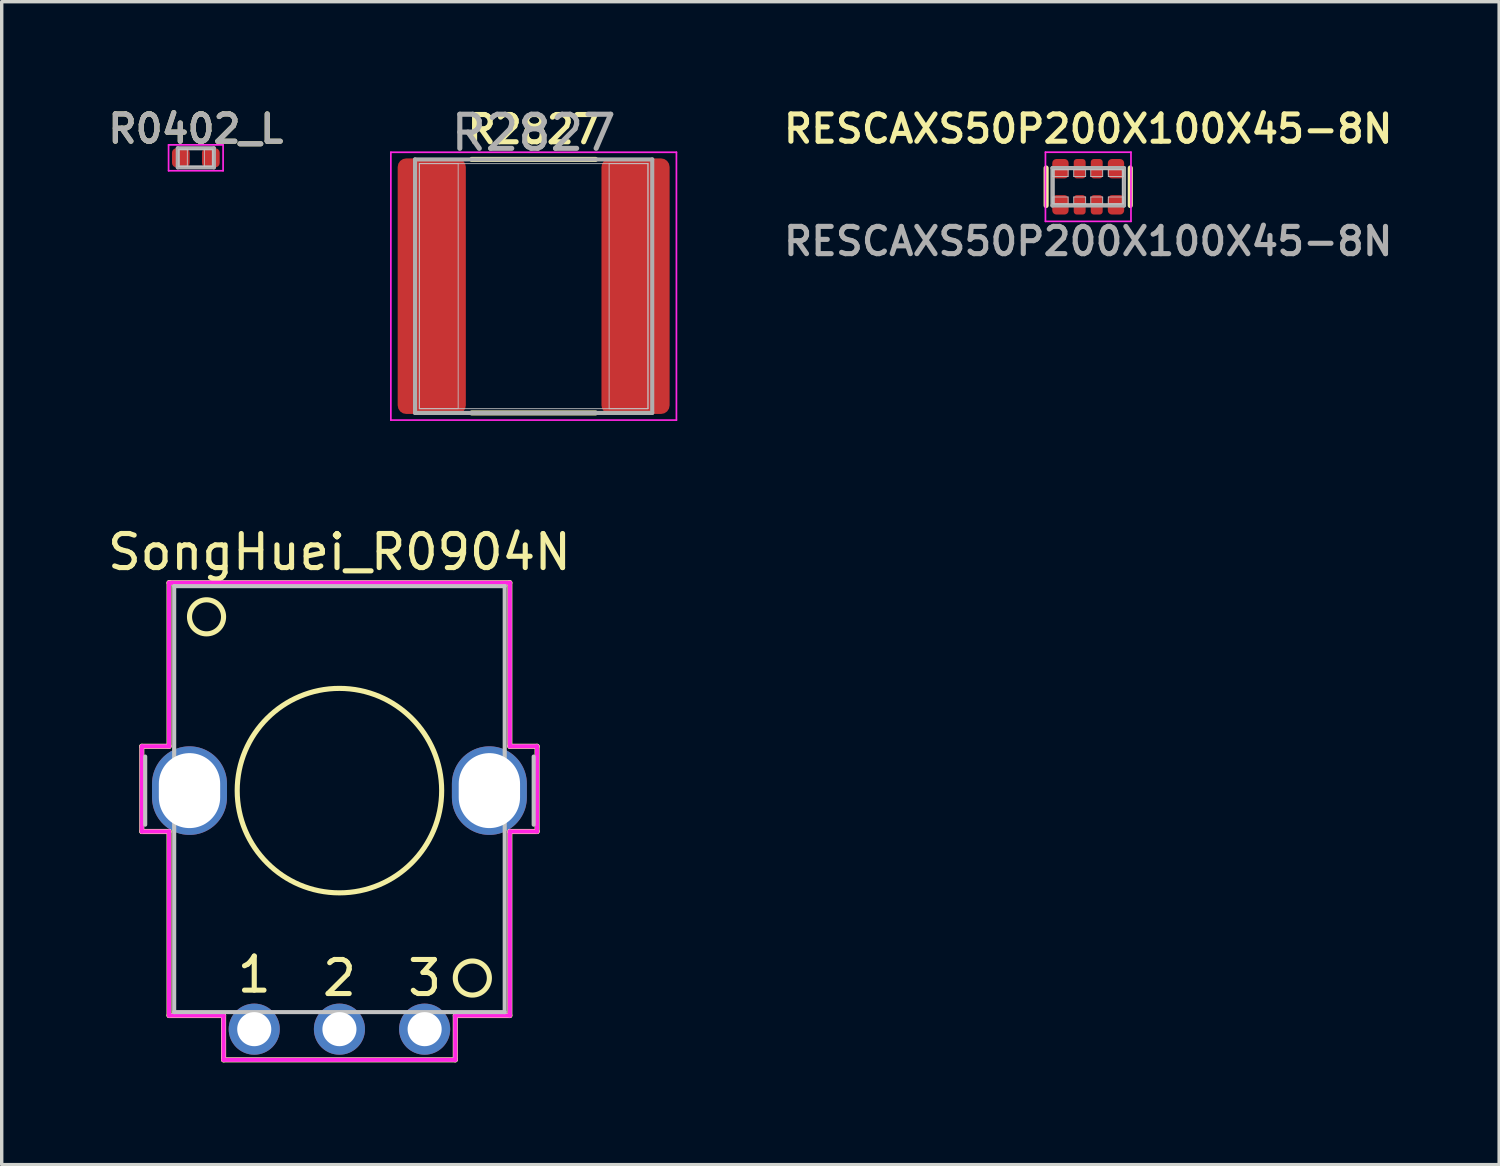
<source format=kicad_pcb>
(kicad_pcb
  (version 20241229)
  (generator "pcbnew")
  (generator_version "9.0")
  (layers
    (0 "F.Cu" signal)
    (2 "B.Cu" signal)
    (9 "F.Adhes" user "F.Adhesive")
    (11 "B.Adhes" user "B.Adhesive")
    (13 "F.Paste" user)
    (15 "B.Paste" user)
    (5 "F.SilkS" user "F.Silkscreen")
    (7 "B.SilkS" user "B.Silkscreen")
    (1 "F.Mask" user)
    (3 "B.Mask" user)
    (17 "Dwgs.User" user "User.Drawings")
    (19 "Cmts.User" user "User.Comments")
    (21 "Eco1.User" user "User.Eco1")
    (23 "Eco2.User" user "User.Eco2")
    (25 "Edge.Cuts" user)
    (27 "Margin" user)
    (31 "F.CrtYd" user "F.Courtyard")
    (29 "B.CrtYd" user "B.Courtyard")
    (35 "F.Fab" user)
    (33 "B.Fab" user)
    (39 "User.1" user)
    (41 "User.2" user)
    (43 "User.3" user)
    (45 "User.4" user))
  (footprint "R0402_L"
    (layer "F.Cu")
    (at 2.697 1.581)
    (property "Reference" "R0402_L" (at 0 -0.85 0) (layer "F.SilkS") (effects (font (size 0.8 0.8) (thickness 0.15))))
    (attr smd)
    (fp_line (start -0.5 -0.25) (end -0.25 -0.25) (stroke (width 0.025) (type solid)) (layer "Dwgs.User"))
    (fp_line (start -0.5 -0.25) (end 0.5 -0.25) (stroke (width 0.025) (type solid)) (layer "Dwgs.User"))
    (fp_line (start -0.5 0.25) (end -0.5 -0.25) (stroke (width 0.025) (type solid)) (layer "Dwgs.User"))
    (fp_line (start -0.5 0.25) (end -0.5 -0.25) (stroke (width 0.025) (type solid)) (layer "Dwgs.User"))
    (fp_line (start -0.25 -0.25) (end -0.25 0.25) (stroke (width 0.025) (type solid)) (layer "Dwgs.User"))
    (fp_line (start -0.25 0.25) (end -0.5 0.25) (stroke (width 0.025) (type solid)) (layer "Dwgs.User"))
    (fp_line (start 0.25 -0.25) (end 0.5 -0.25) (stroke (width 0.025) (type solid)) (layer "Dwgs.User"))
    (fp_line (start 0.25 0.25) (end 0.25 -0.25) (stroke (width 0.025) (type solid)) (layer "Dwgs.User"))
    (fp_line (start 0.5 -0.25) (end 0.5 0.25) (stroke (width 0.025) (type solid)) (layer "Dwgs.User"))
    (fp_line (start 0.5 -0.25) (end 0.5 0.25) (stroke (width 0.025) (type solid)) (layer "Dwgs.User"))
    (fp_line (start 0.5 0.25) (end -0.5 0.25) (stroke (width 0.025) (type solid)) (layer "Dwgs.User"))
    (fp_line (start 0.5 0.25) (end 0.25 0.25) (stroke (width 0.025) (type solid)) (layer "Dwgs.User"))
    (fp_line (start -0.8 -0.38) (end 0.8 -0.38) (stroke (width 0.05) (type solid)) (layer "F.CrtYd"))
    (fp_line (start -0.8 0.38) (end -0.8 -0.38) (stroke (width 0.05) (type solid)) (layer "F.CrtYd"))
    (fp_line (start 0.8 -0.38) (end 0.8 0.38) (stroke (width 0.05) (type solid)) (layer "F.CrtYd"))
    (fp_line (start 0.8 0.38) (end -0.8 0.38) (stroke (width 0.05) (type solid)) (layer "F.CrtYd"))
    (fp_line (start -0.53 -0.28) (end 0.53 -0.28) (stroke (width 0.12) (type solid)) (layer "F.Fab"))
    (fp_line (start -0.53 0.28) (end -0.53 -0.28) (stroke (width 0.12) (type solid)) (layer "F.Fab"))
    (fp_line (start 0.53 -0.28) (end 0.53 0.28) (stroke (width 0.12) (type solid)) (layer "F.Fab"))
    (fp_line (start 0.53 0.28) (end -0.53 0.28) (stroke (width 0.12) (type solid)) (layer "F.Fab"))
    (fp_text user "${REFERENCE}" (at 0 -0.85 0) (layer "F.Fab") (effects (font (size 0.8 0.8) (thickness 0.15))))
    (pad "" smd custom (at -0.44 0) (size 0.3 0.3) (layers "F.Paste") (options (anchor circle)) (primitives (gr_poly (pts (xy -0.26 -0.14) (xy -0.14 -0.28) (xy 0.09 -0.28) (xy 0.26 0) (xy 0.09 0.28) (xy -0.14 0.28) (xy -0.26 0.14)) (width 0) (fill yes))))
    (pad "" smd custom (at 0.44 0 180) (size 0.3 0.3) (layers "F.Paste") (options (anchor circle)) (primitives (gr_poly (pts (xy -0.26 -0.14) (xy -0.14 -0.28) (xy 0.09 -0.28) (xy 0.26 0) (xy 0.09 0.28) (xy -0.14 0.28) (xy -0.26 0.14)) (width 0) (fill yes))))
    (pad "1" smd roundrect (at -0.44 0) (size 0.52 0.56) (layers "F.Cu" "F.Mask") (roundrect_rratio 0.25))
    (pad "2" smd roundrect (at 0.44 0) (size 0.52 0.56) (layers "F.Cu" "F.Mask") (roundrect_rratio 0.25)))
  (footprint "SongHuei_R0904N"
    (layer "F.Cu")
    (at 6.911 23.651)
    (property "Reference" "SongHuei_R0904N" (at 0 -10.5 0) (layer "F.SilkS") (effects (font (size 1 1) (thickness 0.15))))
    (attr through_hole)
    (fp_line (start -5.8 -4.8) (end -5 -4.8) (stroke (width 0.15) (type solid)) (layer "F.SilkS"))
    (fp_line (start -5.8 -2.3) (end -5.8 -4.8) (stroke (width 0.15) (type solid)) (layer "F.SilkS"))
    (fp_line (start -5 -9.6) (end 5 -9.6) (stroke (width 0.15) (type solid)) (layer "F.SilkS"))
    (fp_line (start -5 -4.8) (end -5 -9.6) (stroke (width 0.15) (type solid)) (layer "F.SilkS"))
    (fp_line (start -5 -2.3) (end -5.8 -2.3) (stroke (width 0.15) (type solid)) (layer "F.SilkS"))
    (fp_line (start -5 3.1) (end -5 -2.3) (stroke (width 0.15) (type solid)) (layer "F.SilkS"))
    (fp_line (start -3.4 3.1) (end -5 3.1) (stroke (width 0.15) (type solid)) (layer "F.SilkS"))
    (fp_line (start -3.4 4.4) (end -3.4 3.1) (stroke (width 0.15) (type solid)) (layer "F.SilkS"))
    (fp_line (start 3.4 3.1) (end 3.4 4.4) (stroke (width 0.15) (type solid)) (layer "F.SilkS"))
    (fp_line (start 3.4 4.4) (end -3.4 4.4) (stroke (width 0.15) (type solid)) (layer "F.SilkS"))
    (fp_line (start 5 -9.6) (end 5 -4.8) (stroke (width 0.15) (type solid)) (layer "F.SilkS"))
    (fp_line (start 5 -4.8) (end 5.8 -4.8) (stroke (width 0.15) (type solid)) (layer "F.SilkS"))
    (fp_line (start 5 -2.3) (end 5 3.1) (stroke (width 0.15) (type solid)) (layer "F.SilkS"))
    (fp_line (start 5 3.1) (end 3.4 3.1) (stroke (width 0.15) (type solid)) (layer "F.SilkS"))
    (fp_line (start 5.8 -4.8) (end 5.8 -2.3) (stroke (width 0.15) (type solid)) (layer "F.SilkS"))
    (fp_line (start 5.8 -2.3) (end 5 -2.3) (stroke (width 0.15) (type solid)) (layer "F.SilkS"))
    (fp_circle (center -3.9 -8.6) (end -3.4 -8.6) (stroke (width 0.15) (type solid)) (fill no) (layer "F.SilkS"))
    (fp_circle (center 0 -3.5) (end 3 -3.5) (stroke (width 0.15) (type solid)) (fill no) (layer "F.SilkS"))
    (fp_circle (center 3.9 2) (end 4.4 2) (stroke (width 0.15) (type solid)) (fill no) (layer "F.SilkS"))
    (fp_line (start -5.7 -4.5) (end -5.7 -2.5) (stroke (width 0.12) (type solid)) (layer "Dwgs.User"))
    (fp_line (start -4.85 -9.5) (end -4.85 3) (stroke (width 0.12) (type solid)) (layer "Dwgs.User"))
    (fp_line (start -4.85 -9.5) (end 4.85 -9.5) (stroke (width 0.12) (type solid)) (layer "Dwgs.User"))
    (fp_line (start -4.85 3) (end 4.85 3) (stroke (width 0.12) (type solid)) (layer "Dwgs.User"))
    (fp_line (start -2.9 3.4) (end -2.9 3.6) (stroke (width 0.12) (type solid)) (layer "Dwgs.User"))
    (fp_line (start -2.9 3.4) (end -2.1 3.4) (stroke (width 0.12) (type solid)) (layer "Dwgs.User"))
    (fp_line (start -2.9 3.6) (end -2.1 3.6) (stroke (width 0.12) (type solid)) (layer "Dwgs.User"))
    (fp_line (start -2.1 3.6) (end -2.1 3.4) (stroke (width 0.12) (type solid)) (layer "Dwgs.User"))
    (fp_line (start -0.4 3.4) (end -0.4 3.6) (stroke (width 0.12) (type solid)) (layer "Dwgs.User"))
    (fp_line (start -0.4 3.4) (end 0.4 3.4) (stroke (width 0.12) (type solid)) (layer "Dwgs.User"))
    (fp_line (start -0.4 3.6) (end 0.4 3.6) (stroke (width 0.12) (type solid)) (layer "Dwgs.User"))
    (fp_line (start 0.4 3.6) (end 0.4 3.4) (stroke (width 0.12) (type solid)) (layer "Dwgs.User"))
    (fp_line (start 2.1 3.4) (end 2.1 3.6) (stroke (width 0.12) (type solid)) (layer "Dwgs.User"))
    (fp_line (start 2.1 3.4) (end 2.9 3.4) (stroke (width 0.12) (type solid)) (layer "Dwgs.User"))
    (fp_line (start 2.1 3.6) (end 2.9 3.6) (stroke (width 0.12) (type solid)) (layer "Dwgs.User"))
    (fp_line (start 2.9 3.6) (end 2.9 3.4) (stroke (width 0.12) (type solid)) (layer "Dwgs.User"))
    (fp_line (start 4.85 3) (end 4.85 -9.5) (stroke (width 0.12) (type solid)) (layer "Dwgs.User"))
    (fp_line (start 5.7 -4.5) (end 5.7 -2.5) (stroke (width 0.12) (type solid)) (layer "Dwgs.User"))
    (fp_line (start -5.8 -4.8) (end -5 -4.8) (stroke (width 0.12) (type solid)) (layer "F.CrtYd"))
    (fp_line (start -5.8 -2.3) (end -5.8 -4.8) (stroke (width 0.12) (type solid)) (layer "F.CrtYd"))
    (fp_line (start -5 -9.6) (end -4.9 -9.6) (stroke (width 0.12) (type solid)) (layer "F.CrtYd"))
    (fp_line (start -5 -4.8) (end -5 -9.6) (stroke (width 0.12) (type solid)) (layer "F.CrtYd"))
    (fp_line (start -5 -2.3) (end -5.8 -2.3) (stroke (width 0.12) (type solid)) (layer "F.CrtYd"))
    (fp_line (start -5 3.1) (end -5 -2.3) (stroke (width 0.12) (type solid)) (layer "F.CrtYd"))
    (fp_line (start -4.9 -9.6) (end 5 -9.6) (stroke (width 0.12) (type solid)) (layer "F.CrtYd"))
    (fp_line (start -3.4 3.1) (end -5 3.1) (stroke (width 0.12) (type solid)) (layer "F.CrtYd"))
    (fp_line (start -3.4 4.4) (end -3.4 3.1) (stroke (width 0.12) (type solid)) (layer "F.CrtYd"))
    (fp_line (start 3.4 3.1) (end 3.4 4.4) (stroke (width 0.12) (type solid)) (layer "F.CrtYd"))
    (fp_line (start 3.4 4.4) (end -3.4 4.4) (stroke (width 0.12) (type solid)) (layer "F.CrtYd"))
    (fp_line (start 5 -9.6) (end 5 -4.8) (stroke (width 0.12) (type solid)) (layer "F.CrtYd"))
    (fp_line (start 5 -4.8) (end 5.8 -4.8) (stroke (width 0.12) (type solid)) (layer "F.CrtYd"))
    (fp_line (start 5 -2.3) (end 5 3.1) (stroke (width 0.12) (type solid)) (layer "F.CrtYd"))
    (fp_line (start 5 3.1) (end 3.4 3.1) (stroke (width 0.12) (type solid)) (layer "F.CrtYd"))
    (fp_line (start 5.8 -4.8) (end 5.8 -2.3) (stroke (width 0.12) (type solid)) (layer "F.CrtYd"))
    (fp_line (start 5.8 -2.3) (end 5 -2.3) (stroke (width 0.12) (type solid)) (layer "F.CrtYd"))
    (fp_text user "2" (at 0 2 0) (layer "F.SilkS") (effects (font (size 1 1) (thickness 0.15))))
    (fp_text user "1" (at -2.5 1.9 0) (layer "F.SilkS") (effects (font (size 1 1) (thickness 0.15))))
    (fp_text user "3" (at 2.5 2 0) (layer "F.SilkS") (effects (font (size 1 1) (thickness 0.15))))
    (pad "1" thru_hole circle (at -2.5 3.5) (size 1.5 1.5) (drill 1) (layers "*.Cu" "*.Mask"))
    (pad "2" thru_hole circle (at 0 3.5) (size 1.5 1.5) (drill 1) (layers "*.Cu" "*.Mask"))
    (pad "3" thru_hole circle (at 2.5 3.5) (size 1.5 1.5) (drill 1) (layers "*.Cu" "*.Mask"))
    (pad "M" thru_hole oval (at -4.4 -3.5) (size 2.2 2.6) (drill oval 1.8 2.2) (layers "*.Cu" "*.Mask"))
    (pad "M" thru_hole oval (at 4.4 -3.5) (size 2.2 2.6) (drill oval 1.8 2.2) (layers "*.Cu" "*.Mask")))
  (footprint "RESCAXS50P200X100X45-8N"
    (layer "F.Cu")
    (at 28.884 2.431)
    (property "Reference" "RESCAXS50P200X100X45-8N" (at 0 -1.7 0) (layer "F.SilkS") (effects (font (size 0.8 0.8) (thickness 0.15))))
    (attr smd)
    (fp_line (start -1.235 0.55) (end -1.235 -0.55) (stroke (width 0.15) (type solid)) (layer "F.SilkS"))
    (fp_line (start 1.235 0.55) (end 1.235 -0.55) (stroke (width 0.15) (type solid)) (layer "F.SilkS"))
    (fp_line (start -1.04 -0.5) (end -0.59 -0.5) (stroke (width 0.025) (type solid)) (layer "Dwgs.User"))
    (fp_line (start -1.04 -0.3) (end -1.04 -0.5) (stroke (width 0.025) (type solid)) (layer "Dwgs.User"))
    (fp_line (start -1.04 0.3) (end -0.59 0.3) (stroke (width 0.025) (type solid)) (layer "Dwgs.User"))
    (fp_line (start -1.04 0.5) (end -1.04 0.3) (stroke (width 0.025) (type solid)) (layer "Dwgs.User"))
    (fp_line (start -1 -0.5) (end 1 -0.5) (stroke (width 0.025) (type solid)) (layer "Dwgs.User"))
    (fp_line (start -1 0.5) (end -1 -0.5) (stroke (width 0.025) (type solid)) (layer "Dwgs.User"))
    (fp_line (start -0.59 -0.5) (end -0.59 -0.3) (stroke (width 0.025) (type solid)) (layer "Dwgs.User"))
    (fp_line (start -0.59 -0.3) (end -1.04 -0.3) (stroke (width 0.025) (type solid)) (layer "Dwgs.User"))
    (fp_line (start -0.59 0.3) (end -0.59 0.5) (stroke (width 0.025) (type solid)) (layer "Dwgs.User"))
    (fp_line (start -0.59 0.5) (end -1.04 0.5) (stroke (width 0.025) (type solid)) (layer "Dwgs.User"))
    (fp_line (start -0.425 -0.5) (end -0.075 -0.5) (stroke (width 0.025) (type solid)) (layer "Dwgs.User"))
    (fp_line (start -0.425 -0.3) (end -0.425 -0.5) (stroke (width 0.025) (type solid)) (layer "Dwgs.User"))
    (fp_line (start -0.425 0.3) (end -0.075 0.3) (stroke (width 0.025) (type solid)) (layer "Dwgs.User"))
    (fp_line (start -0.425 0.5) (end -0.425 0.3) (stroke (width 0.025) (type solid)) (layer "Dwgs.User"))
    (fp_line (start -0.075 -0.5) (end -0.075 -0.3) (stroke (width 0.025) (type solid)) (layer "Dwgs.User"))
    (fp_line (start -0.075 -0.3) (end -0.425 -0.3) (stroke (width 0.025) (type solid)) (layer "Dwgs.User"))
    (fp_line (start -0.075 0.3) (end -0.075 0.5) (stroke (width 0.025) (type solid)) (layer "Dwgs.User"))
    (fp_line (start -0.075 0.5) (end -0.425 0.5) (stroke (width 0.025) (type solid)) (layer "Dwgs.User"))
    (fp_line (start 0.075 -0.5) (end 0.425 -0.5) (stroke (width 0.025) (type solid)) (layer "Dwgs.User"))
    (fp_line (start 0.075 -0.3) (end 0.075 -0.5) (stroke (width 0.025) (type solid)) (layer "Dwgs.User"))
    (fp_line (start 0.075 0.3) (end 0.425 0.3) (stroke (width 0.025) (type solid)) (layer "Dwgs.User"))
    (fp_line (start 0.075 0.5) (end 0.075 0.3) (stroke (width 0.025) (type solid)) (layer "Dwgs.User"))
    (fp_line (start 0.425 -0.5) (end 0.425 -0.3) (stroke (width 0.025) (type solid)) (layer "Dwgs.User"))
    (fp_line (start 0.425 -0.3) (end 0.075 -0.3) (stroke (width 0.025) (type solid)) (layer "Dwgs.User"))
    (fp_line (start 0.425 0.3) (end 0.425 0.5) (stroke (width 0.025) (type solid)) (layer "Dwgs.User"))
    (fp_line (start 0.425 0.5) (end 0.075 0.5) (stroke (width 0.025) (type solid)) (layer "Dwgs.User"))
    (fp_line (start 0.59 -0.5) (end 1.04 -0.5) (stroke (width 0.025) (type solid)) (layer "Dwgs.User"))
    (fp_line (start 0.59 -0.3) (end 0.59 -0.5) (stroke (width 0.025) (type solid)) (layer "Dwgs.User"))
    (fp_line (start 0.59 0.3) (end 1.04 0.3) (stroke (width 0.025) (type solid)) (layer "Dwgs.User"))
    (fp_line (start 0.59 0.5) (end 0.59 0.3) (stroke (width 0.025) (type solid)) (layer "Dwgs.User"))
    (fp_line (start 1 -0.5) (end 1 0.5) (stroke (width 0.025) (type solid)) (layer "Dwgs.User"))
    (fp_line (start 1 0.5) (end -1 0.5) (stroke (width 0.025) (type solid)) (layer "Dwgs.User"))
    (fp_line (start 1.04 -0.5) (end 1.04 -0.3) (stroke (width 0.025) (type solid)) (layer "Dwgs.User"))
    (fp_line (start 1.04 -0.3) (end 0.59 -0.3) (stroke (width 0.025) (type solid)) (layer "Dwgs.User"))
    (fp_line (start 1.04 0.3) (end 1.04 0.5) (stroke (width 0.025) (type solid)) (layer "Dwgs.User"))
    (fp_line (start 1.04 0.5) (end 0.59 0.5) (stroke (width 0.025) (type solid)) (layer "Dwgs.User"))
    (fp_line (start -1.255 -1.015) (end -1.255 1.015) (stroke (width 0.05) (type solid)) (layer "F.CrtYd"))
    (fp_line (start -1.255 1.015) (end 1.255 1.015) (stroke (width 0.05) (type solid)) (layer "F.CrtYd"))
    (fp_line (start 1.255 -1.015) (end -1.255 -1.015) (stroke (width 0.05) (type solid)) (layer "F.CrtYd"))
    (fp_line (start 1.255 1.015) (end 1.255 -1.015) (stroke (width 0.05) (type solid)) (layer "F.CrtYd"))
    (fp_line (start -1.05 -0.55) (end 1.05 -0.55) (stroke (width 0.12) (type solid)) (layer "F.Fab"))
    (fp_line (start -1.05 0.55) (end -1.05 -0.55) (stroke (width 0.12) (type solid)) (layer "F.Fab"))
    (fp_line (start 1.05 -0.55) (end 1.05 0.55) (stroke (width 0.12) (type solid)) (layer "F.Fab"))
    (fp_line (start 1.05 0.55) (end -1.05 0.55) (stroke (width 0.12) (type solid)) (layer "F.Fab"))
    (fp_text user "${REFERENCE}" (at 0 1.6 0) (layer "F.Fab") (effects (font (size 0.8 0.8) (thickness 0.15))))
    (pad "1" smd roundrect (at -0.815 0.53 90) (size 0.57 0.48) (layers "F.Cu" "F.Mask" "F.Paste") (roundrect_rratio 0.25))
    (pad "2" smd roundrect (at -0.25 0.53 90) (size 0.57 0.35) (layers "F.Cu" "F.Mask" "F.Paste") (roundrect_rratio 0.257))
    (pad "3" smd roundrect (at 0.25 0.53 90) (size 0.57 0.35) (layers "F.Cu" "F.Mask" "F.Paste") (roundrect_rratio 0.257))
    (pad "4" smd roundrect (at 0.815 0.53 90) (size 0.57 0.48) (layers "F.Cu" "F.Mask" "F.Paste") (roundrect_rratio 0.25))
    (pad "5" smd roundrect (at 0.815 -0.53 90) (size 0.57 0.48) (layers "F.Cu" "F.Mask" "F.Paste") (roundrect_rratio 0.25))
    (pad "6" smd roundrect (at 0.25 -0.53 90) (size 0.57 0.35) (layers "F.Cu" "F.Mask" "F.Paste") (roundrect_rratio 0.257))
    (pad "7" smd roundrect (at -0.25 -0.53 90) (size 0.57 0.35) (layers "F.Cu" "F.Mask" "F.Paste") (roundrect_rratio 0.257))
    (pad "8" smd roundrect (at -0.815 -0.53 90) (size 0.57 0.48) (layers "F.Cu" "F.Mask" "F.Paste") (roundrect_rratio 0.25)))
  (footprint "R2827"
    (layer "F.Cu")
    (at 12.61 5.348)
    (property "Reference" "R2827" (at 0 -4.6 0) (layer "F.SilkS") (effects (font (size 0.8 0.8) (thickness 0.15))))
    (attr smd)
    (fp_line (start -1.815 -3.72) (end 1.815 -3.72) (stroke (width 0.15) (type solid)) (layer "F.SilkS"))
    (fp_line (start -1.815 3.72) (end 1.815 3.72) (stroke (width 0.15) (type solid)) (layer "F.SilkS"))
    (fp_line (start -3.355 -3.595) (end -2.215 -3.595) (stroke (width 0.025) (type solid)) (layer "Dwgs.User"))
    (fp_line (start -3.355 -3.595) (end 3.355 -3.595) (stroke (width 0.025) (type solid)) (layer "Dwgs.User"))
    (fp_line (start -3.355 3.595) (end -3.355 -3.595) (stroke (width 0.025) (type solid)) (layer "Dwgs.User"))
    (fp_line (start -3.355 3.595) (end -3.355 -3.595) (stroke (width 0.025) (type solid)) (layer "Dwgs.User"))
    (fp_line (start -2.215 -3.595) (end -2.215 3.595) (stroke (width 0.025) (type solid)) (layer "Dwgs.User"))
    (fp_line (start -2.215 3.595) (end -3.355 3.595) (stroke (width 0.025) (type solid)) (layer "Dwgs.User"))
    (fp_line (start 2.215 -3.595) (end 3.355 -3.595) (stroke (width 0.025) (type solid)) (layer "Dwgs.User"))
    (fp_line (start 2.215 3.595) (end 2.215 -3.595) (stroke (width 0.025) (type solid)) (layer "Dwgs.User"))
    (fp_line (start 3.355 -3.595) (end 3.355 3.595) (stroke (width 0.025) (type solid)) (layer "Dwgs.User"))
    (fp_line (start 3.355 -3.595) (end 3.355 3.595) (stroke (width 0.025) (type solid)) (layer "Dwgs.User"))
    (fp_line (start 3.355 3.595) (end -3.355 3.595) (stroke (width 0.025) (type solid)) (layer "Dwgs.User"))
    (fp_line (start 3.355 3.595) (end 2.215 3.595) (stroke (width 0.025) (type solid)) (layer "Dwgs.User"))
    (fp_line (start -4.19 -3.93) (end 4.19 -3.93) (stroke (width 0.05) (type solid)) (layer "F.CrtYd"))
    (fp_line (start -4.19 3.93) (end -4.19 -3.93) (stroke (width 0.05) (type solid)) (layer "F.CrtYd"))
    (fp_line (start 4.19 -3.93) (end 4.19 3.93) (stroke (width 0.05) (type solid)) (layer "F.CrtYd"))
    (fp_line (start 4.19 3.93) (end -4.19 3.93) (stroke (width 0.05) (type solid)) (layer "F.CrtYd"))
    (fp_line (start -3.48 -3.72) (end 3.48 -3.72) (stroke (width 0.12) (type solid)) (layer "F.Fab"))
    (fp_line (start -3.48 3.72) (end -3.48 -3.72) (stroke (width 0.12) (type solid)) (layer "F.Fab"))
    (fp_line (start 3.48 -3.72) (end 3.48 3.72) (stroke (width 0.12) (type solid)) (layer "F.Fab"))
    (fp_line (start 3.48 3.72) (end -3.48 3.72) (stroke (width 0.12) (type solid)) (layer "F.Fab"))
    (fp_text user "${REFERENCE}" (at 0 -4.5 0) (layer "F.Fab") (effects (font (size 1 1) (thickness 0.15))))
    (pad "" smd custom (at -2.99 0) (size 1 1) (layers "F.Paste") (options (anchor circle)) (primitives (gr_poly (pts (xy -1 -3.5) (xy -0.75 -3.75) (xy 0.334 -3.75) (xy 1 0) (xy 0.334 3.75) (xy -0.75 3.75) (xy -1 3.5)) (width 0) (fill yes))))
    (pad "" smd custom (at 2.99 0 180) (size 1 1) (layers "F.Paste") (options (anchor circle)) (primitives (gr_poly (pts (xy -1 -3.5) (xy -0.75 -3.75) (xy 0.334 -3.75) (xy 1 0) (xy 0.334 3.75) (xy -0.75 3.75) (xy -1 3.5)) (width 0) (fill yes))))
    (pad "1" smd roundrect (at -2.99 0) (size 2 7.5) (layers "F.Cu" "F.Mask") (roundrect_rratio 0.126))
    (pad "2" smd roundrect (at 2.99 0) (size 2 7.5) (layers "F.Cu" "F.Mask") (roundrect_rratio 0.126)))
  (gr_rect
    (start -3 -3)
    (end 40.943 31.127)
    (stroke (width 0.1) (type default))
    (fill no)
    (layer "Edge.Cuts")))
</source>
